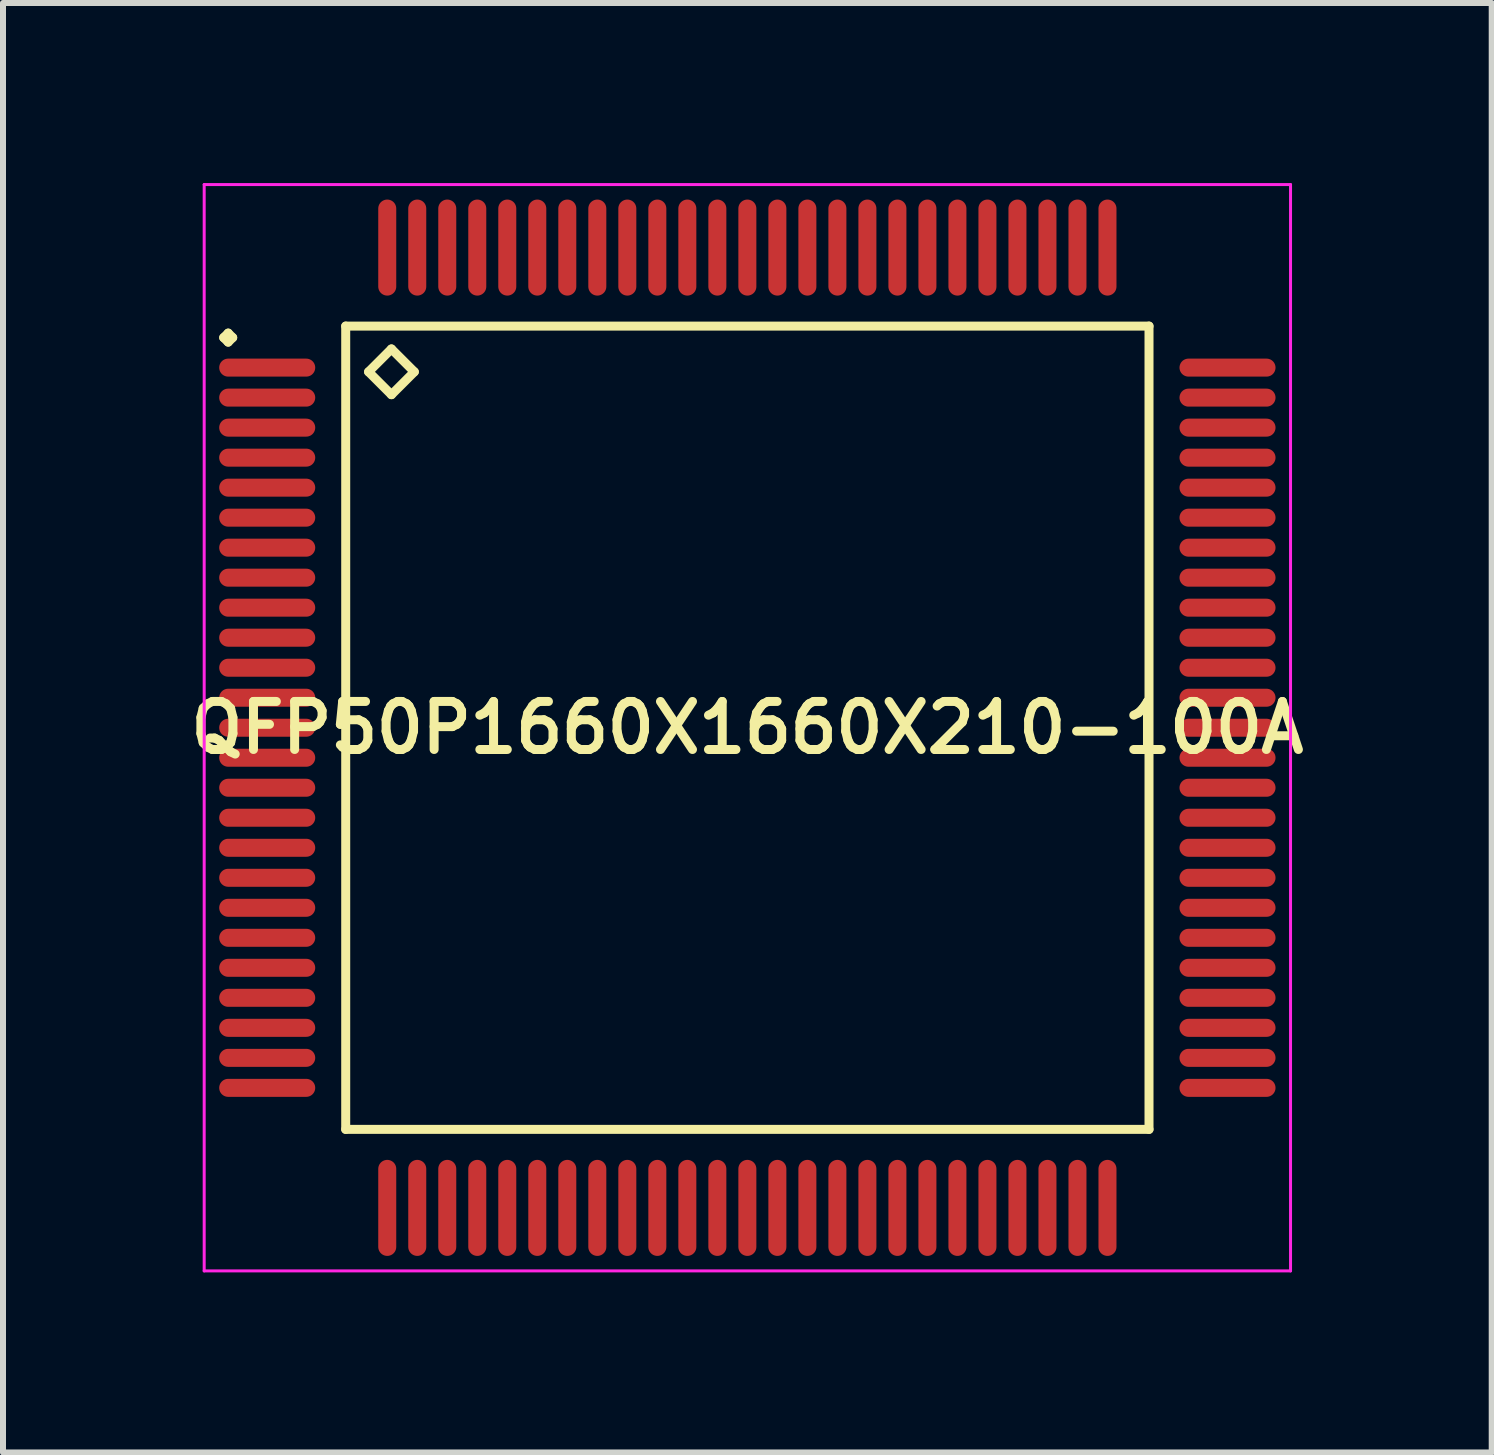
<source format=kicad_pcb>
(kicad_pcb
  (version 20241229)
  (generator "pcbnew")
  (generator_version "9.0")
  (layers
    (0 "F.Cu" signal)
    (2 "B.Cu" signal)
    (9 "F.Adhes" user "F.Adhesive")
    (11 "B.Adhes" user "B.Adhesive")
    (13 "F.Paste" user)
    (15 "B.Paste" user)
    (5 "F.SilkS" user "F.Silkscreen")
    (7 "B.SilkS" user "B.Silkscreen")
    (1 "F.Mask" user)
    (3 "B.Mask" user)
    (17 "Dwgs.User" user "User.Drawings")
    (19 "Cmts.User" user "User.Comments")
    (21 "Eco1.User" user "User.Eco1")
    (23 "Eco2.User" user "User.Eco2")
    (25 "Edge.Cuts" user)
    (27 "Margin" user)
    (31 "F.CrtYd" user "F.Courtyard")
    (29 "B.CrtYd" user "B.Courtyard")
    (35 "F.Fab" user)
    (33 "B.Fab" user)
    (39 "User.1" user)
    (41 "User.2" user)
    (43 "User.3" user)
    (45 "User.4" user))
  (footprint "QFP50P1660X1660X210-100A"
    (layer "F.Cu")
    (at 9.402 9.075)
    (property "Reference" "QFP50P1660X1660X210-100A" (at 0 0 0) (layer "F.SilkS") (effects (font (size 0.8 0.8) (thickness 0.15))))
    (attr smd)
    (fp_line (start -8.725 -6.5) (end -8.65 -6.575) (stroke (width 0.15) (type solid)) (layer "F.SilkS"))
    (fp_line (start -8.65 -6.575) (end -8.575 -6.5) (stroke (width 0.15) (type solid)) (layer "F.SilkS"))
    (fp_line (start -8.65 -6.425) (end -8.725 -6.5) (stroke (width 0.15) (type solid)) (layer "F.SilkS"))
    (fp_line (start -8.575 -6.5) (end -8.65 -6.425) (stroke (width 0.15) (type solid)) (layer "F.SilkS"))
    (fp_line (start -6.692 -6.692) (end -6.692 6.692) (stroke (width 0.15) (type solid)) (layer "F.SilkS"))
    (fp_line (start -6.692 6.692) (end 6.692 6.692) (stroke (width 0.15) (type solid)) (layer "F.SilkS"))
    (fp_line (start -6.311 -5.93) (end -5.93 -6.311) (stroke (width 0.15) (type solid)) (layer "F.SilkS"))
    (fp_line (start -5.93 -6.311) (end -5.549 -5.93) (stroke (width 0.15) (type solid)) (layer "F.SilkS"))
    (fp_line (start -5.93 -5.549) (end -6.311 -5.93) (stroke (width 0.15) (type solid)) (layer "F.SilkS"))
    (fp_line (start -5.549 -5.93) (end -5.93 -5.549) (stroke (width 0.15) (type solid)) (layer "F.SilkS"))
    (fp_line (start 6.692 -6.692) (end -6.692 -6.692) (stroke (width 0.15) (type solid)) (layer "F.SilkS"))
    (fp_line (start 6.692 6.692) (end 6.692 -6.692) (stroke (width 0.15) (type solid)) (layer "F.SilkS"))
    (fp_line (start -9.05 -9.05) (end 9.05 -9.05) (stroke (width 0.05) (type solid)) (layer "F.CrtYd"))
    (fp_line (start -9.05 9.05) (end -9.05 -9.05) (stroke (width 0.05) (type solid)) (layer "F.CrtYd"))
    (fp_line (start 9.05 -9.05) (end 9.05 9.05) (stroke (width 0.05) (type solid)) (layer "F.CrtYd"))
    (fp_line (start 9.05 9.05) (end -9.05 9.05) (stroke (width 0.05) (type solid)) (layer "F.CrtYd"))
    (pad "1" smd oval (at -8 -6) (size 1.6 0.3) (layers "F.Cu" "F.Mask" "F.Paste"))
    (pad "2" smd oval (at -8 -5.5) (size 1.6 0.3) (layers "F.Cu" "F.Mask" "F.Paste"))
    (pad "3" smd oval (at -8 -5) (size 1.6 0.3) (layers "F.Cu" "F.Mask" "F.Paste"))
    (pad "4" smd oval (at -8 -4.5) (size 1.6 0.3) (layers "F.Cu" "F.Mask" "F.Paste"))
    (pad "5" smd oval (at -8 -4) (size 1.6 0.3) (layers "F.Cu" "F.Mask" "F.Paste"))
    (pad "6" smd oval (at -8 -3.5) (size 1.6 0.3) (layers "F.Cu" "F.Mask" "F.Paste"))
    (pad "7" smd oval (at -8 -3) (size 1.6 0.3) (layers "F.Cu" "F.Mask" "F.Paste"))
    (pad "8" smd oval (at -8 -2.5) (size 1.6 0.3) (layers "F.Cu" "F.Mask" "F.Paste"))
    (pad "9" smd oval (at -8 -2) (size 1.6 0.3) (layers "F.Cu" "F.Mask" "F.Paste"))
    (pad "10" smd oval (at -8 -1.5) (size 1.6 0.3) (layers "F.Cu" "F.Mask" "F.Paste"))
    (pad "11" smd oval (at -8 -1) (size 1.6 0.3) (layers "F.Cu" "F.Mask" "F.Paste"))
    (pad "12" smd oval (at -8 -0.5) (size 1.6 0.3) (layers "F.Cu" "F.Mask" "F.Paste"))
    (pad "13" smd oval (at -8 0) (size 1.6 0.3) (layers "F.Cu" "F.Mask" "F.Paste"))
    (pad "14" smd oval (at -8 0.5) (size 1.6 0.3) (layers "F.Cu" "F.Mask" "F.Paste"))
    (pad "15" smd oval (at -8 1) (size 1.6 0.3) (layers "F.Cu" "F.Mask" "F.Paste"))
    (pad "16" smd oval (at -8 1.5) (size 1.6 0.3) (layers "F.Cu" "F.Mask" "F.Paste"))
    (pad "17" smd oval (at -8 2) (size 1.6 0.3) (layers "F.Cu" "F.Mask" "F.Paste"))
    (pad "18" smd oval (at -8 2.5) (size 1.6 0.3) (layers "F.Cu" "F.Mask" "F.Paste"))
    (pad "19" smd oval (at -8 3) (size 1.6 0.3) (layers "F.Cu" "F.Mask" "F.Paste"))
    (pad "20" smd oval (at -8 3.5) (size 1.6 0.3) (layers "F.Cu" "F.Mask" "F.Paste"))
    (pad "21" smd oval (at -8 4) (size 1.6 0.3) (layers "F.Cu" "F.Mask" "F.Paste"))
    (pad "22" smd oval (at -8 4.5) (size 1.6 0.3) (layers "F.Cu" "F.Mask" "F.Paste"))
    (pad "23" smd oval (at -8 5) (size 1.6 0.3) (layers "F.Cu" "F.Mask" "F.Paste"))
    (pad "24" smd oval (at -8 5.5) (size 1.6 0.3) (layers "F.Cu" "F.Mask" "F.Paste"))
    (pad "25" smd oval (at -8 6) (size 1.6 0.3) (layers "F.Cu" "F.Mask" "F.Paste"))
    (pad "26" smd oval (at -6 8) (size 0.3 1.6) (layers "F.Cu" "F.Mask" "F.Paste"))
    (pad "27" smd oval (at -5.5 8) (size 0.3 1.6) (layers "F.Cu" "F.Mask" "F.Paste"))
    (pad "28" smd oval (at -5 8) (size 0.3 1.6) (layers "F.Cu" "F.Mask" "F.Paste"))
    (pad "29" smd oval (at -4.5 8) (size 0.3 1.6) (layers "F.Cu" "F.Mask" "F.Paste"))
    (pad "30" smd oval (at -4 8) (size 0.3 1.6) (layers "F.Cu" "F.Mask" "F.Paste"))
    (pad "31" smd oval (at -3.5 8) (size 0.3 1.6) (layers "F.Cu" "F.Mask" "F.Paste"))
    (pad "32" smd oval (at -3 8) (size 0.3 1.6) (layers "F.Cu" "F.Mask" "F.Paste"))
    (pad "33" smd oval (at -2.5 8) (size 0.3 1.6) (layers "F.Cu" "F.Mask" "F.Paste"))
    (pad "34" smd oval (at -2 8) (size 0.3 1.6) (layers "F.Cu" "F.Mask" "F.Paste"))
    (pad "35" smd oval (at -1.5 8) (size 0.3 1.6) (layers "F.Cu" "F.Mask" "F.Paste"))
    (pad "36" smd oval (at -1 8) (size 0.3 1.6) (layers "F.Cu" "F.Mask" "F.Paste"))
    (pad "37" smd oval (at -0.5 8) (size 0.3 1.6) (layers "F.Cu" "F.Mask" "F.Paste"))
    (pad "38" smd oval (at 0 8) (size 0.3 1.6) (layers "F.Cu" "F.Mask" "F.Paste"))
    (pad "39" smd oval (at 0.5 8) (size 0.3 1.6) (layers "F.Cu" "F.Mask" "F.Paste"))
    (pad "40" smd oval (at 1 8) (size 0.3 1.6) (layers "F.Cu" "F.Mask" "F.Paste"))
    (pad "41" smd oval (at 1.5 8) (size 0.3 1.6) (layers "F.Cu" "F.Mask" "F.Paste"))
    (pad "42" smd oval (at 2 8) (size 0.3 1.6) (layers "F.Cu" "F.Mask" "F.Paste"))
    (pad "43" smd oval (at 2.5 8) (size 0.3 1.6) (layers "F.Cu" "F.Mask" "F.Paste"))
    (pad "44" smd oval (at 3 8) (size 0.3 1.6) (layers "F.Cu" "F.Mask" "F.Paste"))
    (pad "45" smd oval (at 3.5 8) (size 0.3 1.6) (layers "F.Cu" "F.Mask" "F.Paste"))
    (pad "46" smd oval (at 4 8) (size 0.3 1.6) (layers "F.Cu" "F.Mask" "F.Paste"))
    (pad "47" smd oval (at 4.5 8) (size 0.3 1.6) (layers "F.Cu" "F.Mask" "F.Paste"))
    (pad "48" smd oval (at 5 8) (size 0.3 1.6) (layers "F.Cu" "F.Mask" "F.Paste"))
    (pad "49" smd oval (at 5.5 8) (size 0.3 1.6) (layers "F.Cu" "F.Mask" "F.Paste"))
    (pad "50" smd oval (at 6 8) (size 0.3 1.6) (layers "F.Cu" "F.Mask" "F.Paste"))
    (pad "51" smd oval (at 8 6) (size 1.6 0.3) (layers "F.Cu" "F.Mask" "F.Paste"))
    (pad "52" smd oval (at 8 5.5) (size 1.6 0.3) (layers "F.Cu" "F.Mask" "F.Paste"))
    (pad "53" smd oval (at 8 5) (size 1.6 0.3) (layers "F.Cu" "F.Mask" "F.Paste"))
    (pad "54" smd oval (at 8 4.5) (size 1.6 0.3) (layers "F.Cu" "F.Mask" "F.Paste"))
    (pad "55" smd oval (at 8 4) (size 1.6 0.3) (layers "F.Cu" "F.Mask" "F.Paste"))
    (pad "56" smd oval (at 8 3.5) (size 1.6 0.3) (layers "F.Cu" "F.Mask" "F.Paste"))
    (pad "57" smd oval (at 8 3) (size 1.6 0.3) (layers "F.Cu" "F.Mask" "F.Paste"))
    (pad "58" smd oval (at 8 2.5) (size 1.6 0.3) (layers "F.Cu" "F.Mask" "F.Paste"))
    (pad "59" smd oval (at 8 2) (size 1.6 0.3) (layers "F.Cu" "F.Mask" "F.Paste"))
    (pad "60" smd oval (at 8 1.5) (size 1.6 0.3) (layers "F.Cu" "F.Mask" "F.Paste"))
    (pad "61" smd oval (at 8 1) (size 1.6 0.3) (layers "F.Cu" "F.Mask" "F.Paste"))
    (pad "62" smd oval (at 8 0.5) (size 1.6 0.3) (layers "F.Cu" "F.Mask" "F.Paste"))
    (pad "63" smd oval (at 8 0) (size 1.6 0.3) (layers "F.Cu" "F.Mask" "F.Paste"))
    (pad "64" smd oval (at 8 -0.5) (size 1.6 0.3) (layers "F.Cu" "F.Mask" "F.Paste"))
    (pad "65" smd oval (at 8 -1) (size 1.6 0.3) (layers "F.Cu" "F.Mask" "F.Paste"))
    (pad "66" smd oval (at 8 -1.5) (size 1.6 0.3) (layers "F.Cu" "F.Mask" "F.Paste"))
    (pad "67" smd oval (at 8 -2) (size 1.6 0.3) (layers "F.Cu" "F.Mask" "F.Paste"))
    (pad "68" smd oval (at 8 -2.5) (size 1.6 0.3) (layers "F.Cu" "F.Mask" "F.Paste"))
    (pad "69" smd oval (at 8 -3) (size 1.6 0.3) (layers "F.Cu" "F.Mask" "F.Paste"))
    (pad "70" smd oval (at 8 -3.5) (size 1.6 0.3) (layers "F.Cu" "F.Mask" "F.Paste"))
    (pad "71" smd oval (at 8 -4) (size 1.6 0.3) (layers "F.Cu" "F.Mask" "F.Paste"))
    (pad "72" smd oval (at 8 -4.5) (size 1.6 0.3) (layers "F.Cu" "F.Mask" "F.Paste"))
    (pad "73" smd oval (at 8 -5) (size 1.6 0.3) (layers "F.Cu" "F.Mask" "F.Paste"))
    (pad "74" smd oval (at 8 -5.5) (size 1.6 0.3) (layers "F.Cu" "F.Mask" "F.Paste"))
    (pad "75" smd oval (at 8 -6) (size 1.6 0.3) (layers "F.Cu" "F.Mask" "F.Paste"))
    (pad "76" smd oval (at 6 -8) (size 0.3 1.6) (layers "F.Cu" "F.Mask" "F.Paste"))
    (pad "77" smd oval (at 5.5 -8) (size 0.3 1.6) (layers "F.Cu" "F.Mask" "F.Paste"))
    (pad "78" smd oval (at 5 -8) (size 0.3 1.6) (layers "F.Cu" "F.Mask" "F.Paste"))
    (pad "79" smd oval (at 4.5 -8) (size 0.3 1.6) (layers "F.Cu" "F.Mask" "F.Paste"))
    (pad "80" smd oval (at 4 -8) (size 0.3 1.6) (layers "F.Cu" "F.Mask" "F.Paste"))
    (pad "81" smd oval (at 3.5 -8) (size 0.3 1.6) (layers "F.Cu" "F.Mask" "F.Paste"))
    (pad "82" smd oval (at 3 -8) (size 0.3 1.6) (layers "F.Cu" "F.Mask" "F.Paste"))
    (pad "83" smd oval (at 2.5 -8) (size 0.3 1.6) (layers "F.Cu" "F.Mask" "F.Paste"))
    (pad "84" smd oval (at 2 -8) (size 0.3 1.6) (layers "F.Cu" "F.Mask" "F.Paste"))
    (pad "85" smd oval (at 1.5 -8) (size 0.3 1.6) (layers "F.Cu" "F.Mask" "F.Paste"))
    (pad "86" smd oval (at 1 -8) (size 0.3 1.6) (layers "F.Cu" "F.Mask" "F.Paste"))
    (pad "87" smd oval (at 0.5 -8) (size 0.3 1.6) (layers "F.Cu" "F.Mask" "F.Paste"))
    (pad "88" smd oval (at 0 -8) (size 0.3 1.6) (layers "F.Cu" "F.Mask" "F.Paste"))
    (pad "89" smd oval (at -0.5 -8) (size 0.3 1.6) (layers "F.Cu" "F.Mask" "F.Paste"))
    (pad "90" smd oval (at -1 -8) (size 0.3 1.6) (layers "F.Cu" "F.Mask" "F.Paste"))
    (pad "91" smd oval (at -1.5 -8) (size 0.3 1.6) (layers "F.Cu" "F.Mask" "F.Paste"))
    (pad "92" smd oval (at -2 -8) (size 0.3 1.6) (layers "F.Cu" "F.Mask" "F.Paste"))
    (pad "93" smd oval (at -2.5 -8) (size 0.3 1.6) (layers "F.Cu" "F.Mask" "F.Paste"))
    (pad "94" smd oval (at -3 -8) (size 0.3 1.6) (layers "F.Cu" "F.Mask" "F.Paste"))
    (pad "95" smd oval (at -3.5 -8) (size 0.3 1.6) (layers "F.Cu" "F.Mask" "F.Paste"))
    (pad "96" smd oval (at -4 -8) (size 0.3 1.6) (layers "F.Cu" "F.Mask" "F.Paste"))
    (pad "97" smd oval (at -4.5 -8) (size 0.3 1.6) (layers "F.Cu" "F.Mask" "F.Paste"))
    (pad "98" smd oval (at -5 -8) (size 0.3 1.6) (layers "F.Cu" "F.Mask" "F.Paste"))
    (pad "99" smd oval (at -5.5 -8) (size 0.3 1.6) (layers "F.Cu" "F.Mask" "F.Paste"))
    (pad "100" smd oval (at -6 -8) (size 0.3 1.6) (layers "F.Cu" "F.Mask" "F.Paste")))
  (gr_rect
    (start -3 -3)
    (end 21.804 21.15)
    (stroke (width 0.1) (type default))
    (fill no)
    (layer "Edge.Cuts")))
</source>
